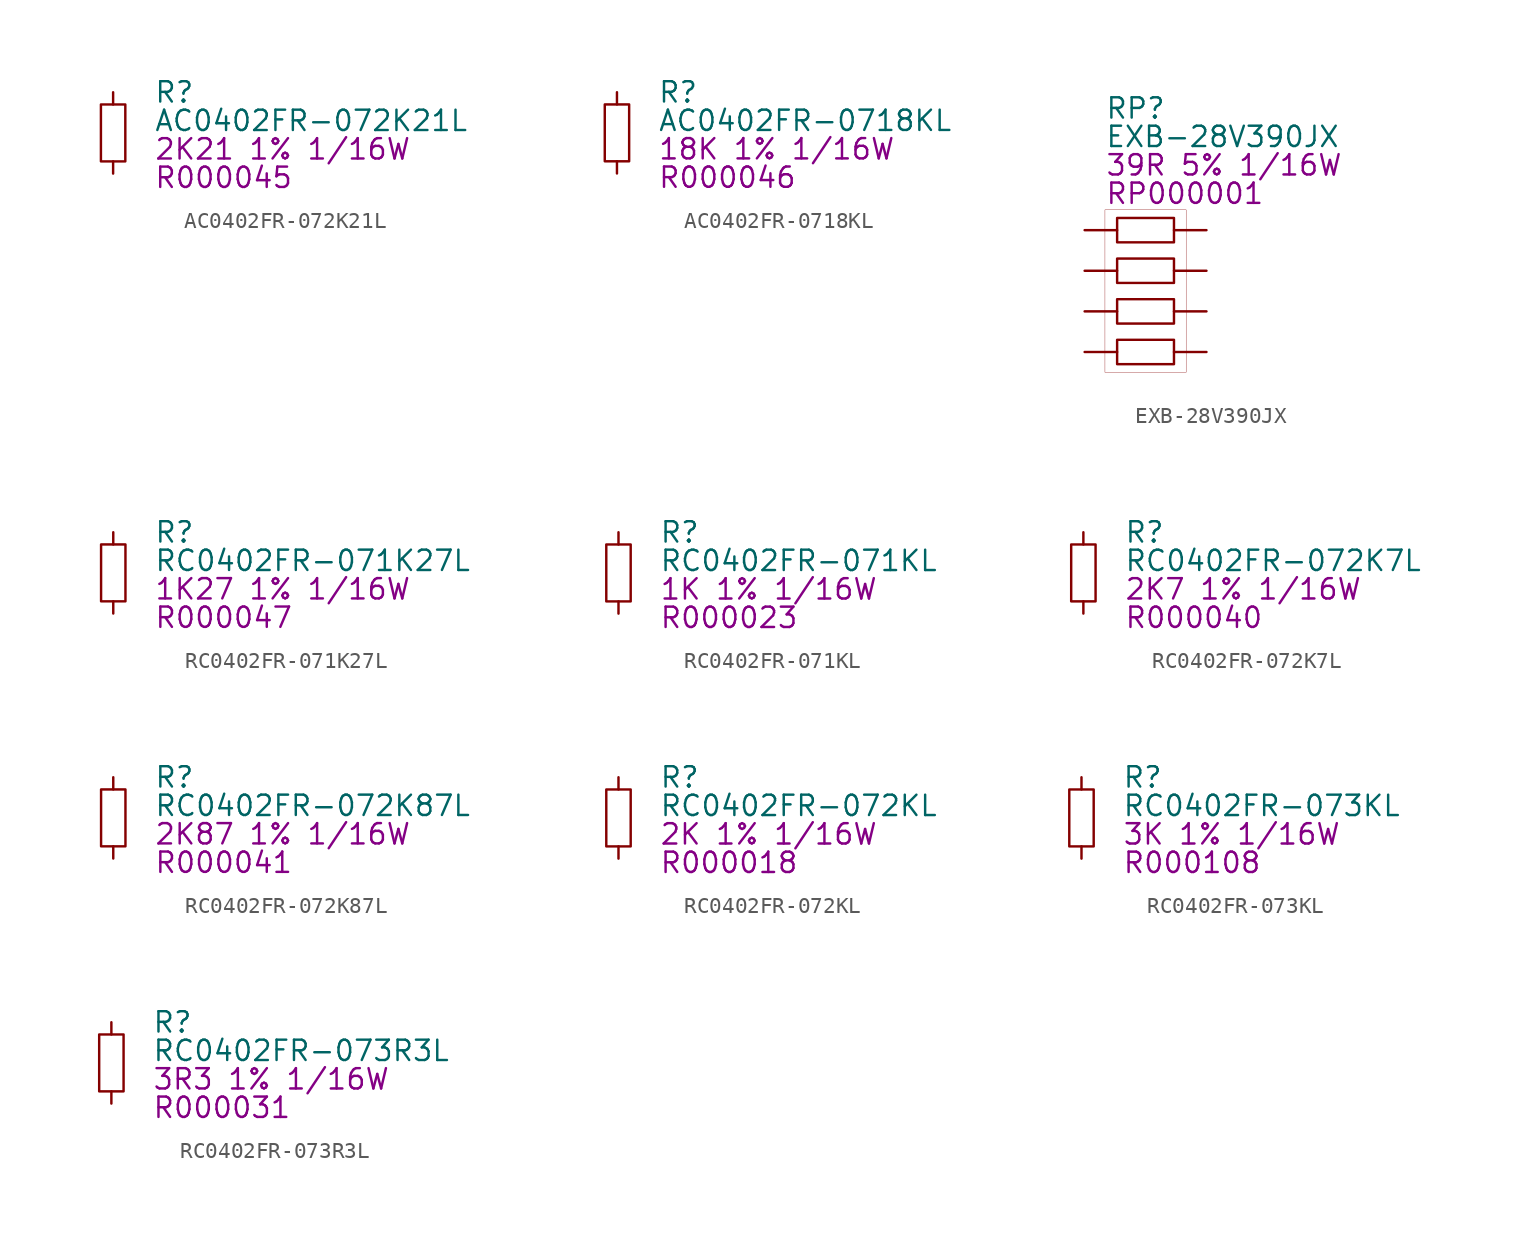
<source format=kicad_sym>
(kicad_symbol_lib
  (version 20201005)
  (generator kicad_symbol_editor)
  (symbol "berndoj_resistor:AC0402FR-072K21L"
    (pin_numbers hide)
    (pin_names
      (offset 1.016) hide)
    (property "Reference" "R"
      (at 2.54 2.54 0)
      (effects (font (size 1.27 1.27)) (justify left)))
    (property "Value" "AC0402FR-072K21L"
      (at 2.54 0.762 0)
      (effects (font (size 1.27 1.27)) (justify left)))
    (property "IPN" "R000045"
      (at 2.54 -2.794 0)
      (effects (font (size 1.27 1.27)) (justify left)))
    (property "Parameters" "2K21 1% 1/16W"
      (at 2.54 -1.016 0)
      (effects (font (size 1.27 1.27)) (justify left)))
    (symbol "AC0402FR-072K21L_0_0"
      (pin passive line (at 0 -2.54 90) (length 0.762) (name "1" (effects (font (size 1.27 1.27)))) (number "1" (effects (font (size 1.27 1.27)))))
      (pin passive line (at 0 2.54 270) (length 0.762) (name "2" (effects (font (size 1.27 1.27)))) (number "2" (effects (font (size 1.27 1.27))))))
    (symbol "AC0402FR-072K21L_0_1"
      (rectangle (start -0.762 -1.778) (end 0.762 1.778) (stroke (width 0)) (fill (type none)))))
  (symbol "berndoj_resistor:AC0402FR-0718KL"
    (pin_numbers hide)
    (pin_names
      (offset 1.016) hide)
    (property "Reference" "R"
      (at 2.54 2.54 0)
      (effects (font (size 1.27 1.27)) (justify left)))
    (property "Value" "AC0402FR-0718KL"
      (at 2.54 0.762 0)
      (effects (font (size 1.27 1.27)) (justify left)))
    (property "IPN" "R000046"
      (at 2.54 -2.794 0)
      (effects (font (size 1.27 1.27)) (justify left)))
    (property "Parameters" "18K 1% 1/16W"
      (at 2.54 -1.016 0)
      (effects (font (size 1.27 1.27)) (justify left)))
    (symbol "AC0402FR-0718KL_0_0"
      (pin passive line (at 0 -2.54 90) (length 0.762) (name "1" (effects (font (size 1.27 1.27)))) (number "1" (effects (font (size 1.27 1.27)))))
      (pin passive line (at 0 2.54 270) (length 0.762) (name "2" (effects (font (size 1.27 1.27)))) (number "2" (effects (font (size 1.27 1.27))))))
    (symbol "AC0402FR-0718KL_0_1"
      (rectangle (start -0.762 -1.778) (end 0.762 1.778) (stroke (width 0)) (fill (type none)))))
  (symbol "berndoj_resistor:EXB-28V390JX"
    (pin_numbers hide)
    (pin_names
      (offset 1.016) hide)
    (property "Reference" "RP"
      (at -2.54 11.43 0)
      (effects (font (size 1.27 1.27)) (justify left)))
    (property "Value" "EXB-28V390JX"
      (at -2.54 9.652 0)
      (effects (font (size 1.27 1.27)) (justify left)))
    (property "IPN" "RP000001"
      (at -2.54 6.096 0)
      (effects (font (size 1.27 1.27)) (justify left)))
    (property "Parameters" "39R 5% 1/16W"
      (at -2.54 7.874 0)
      (effects (font (size 1.27 1.27)) (justify left)))
    (symbol "EXB-28V390JX_0_0"
      (pin passive line (at 3.81 1.27 180) (length 2.032) (name "7" (effects (font (size 1.27 1.27)))) (number "7" (effects (font (size 1.27 1.27)))))
      (pin passive line (at -3.81 1.27 0) (length 2.032) (name "2" (effects (font (size 1.27 1.27)))) (number "2" (effects (font (size 1.27 1.27)))))
      (pin passive line (at 3.81 3.81 180) (length 2.032) (name "8" (effects (font (size 1.27 1.27)))) (number "8" (effects (font (size 1.27 1.27)))))
      (pin passive line (at -3.81 3.81 0) (length 2.032) (name "1" (effects (font (size 1.27 1.27)))) (number "1" (effects (font (size 1.27 1.27)))))
      (pin passive line (at 3.81 -1.27 180) (length 2.032) (name "6" (effects (font (size 1.27 1.27)))) (number "6" (effects (font (size 1.27 1.27)))))
      (pin passive line (at -3.81 -1.27 0) (length 2.032) (name "3" (effects (font (size 1.27 1.27)))) (number "3" (effects (font (size 1.27 1.27)))))
      (pin passive line (at 3.81 -3.81 180) (length 2.032) (name "5" (effects (font (size 1.27 1.27)))) (number "5" (effects (font (size 1.27 1.27)))))
      (pin passive line (at -3.81 -3.81 0) (length 2.032) (name "4" (effects (font (size 1.27 1.27)))) (number "4" (effects (font (size 1.27 1.27))))))
    (symbol "EXB-28V390JX_0_1"
      (rectangle (start 1.778 0.508) (end -1.778 2.032) (stroke (width 0)) (fill (type none)))
      (rectangle (start 1.778 3.048) (end -1.778 4.572) (stroke (width 0)) (fill (type none)))
      (rectangle (start 1.778 -2.032) (end -1.778 -0.508) (stroke (width 0)) (fill (type none)))
      (rectangle (start 1.778 -4.572) (end -1.778 -3.048) (stroke (width 0)) (fill (type none)))
      (rectangle (start -2.54 5.08) (end 2.54 -5.08) (stroke (width 0.001)) (fill (type none)))))
  (symbol "berndoj_resistor:RC0402FR-071K27L"
    (pin_numbers hide)
    (pin_names
      (offset 1.016) hide)
    (property "Reference" "R"
      (at 2.54 2.54 0)
      (effects (font (size 1.27 1.27)) (justify left)))
    (property "Value" "RC0402FR-071K27L"
      (at 2.54 0.762 0)
      (effects (font (size 1.27 1.27)) (justify left)))
    (property "IPN" "R000047"
      (at 2.54 -2.794 0)
      (effects (font (size 1.27 1.27)) (justify left)))
    (property "Parameters" "1K27 1% 1/16W"
      (at 2.54 -1.016 0)
      (effects (font (size 1.27 1.27)) (justify left)))
    (symbol "RC0402FR-071K27L_0_0"
      (pin passive line (at 0 -2.54 90) (length 0.762) (name "1" (effects (font (size 1.27 1.27)))) (number "1" (effects (font (size 1.27 1.27)))))
      (pin passive line (at 0 2.54 270) (length 0.762) (name "2" (effects (font (size 1.27 1.27)))) (number "2" (effects (font (size 1.27 1.27))))))
    (symbol "RC0402FR-071K27L_0_1"
      (rectangle (start -0.762 -1.778) (end 0.762 1.778) (stroke (width 0)) (fill (type none)))))
  (symbol "berndoj_resistor:RC0402FR-071KL"
    (pin_numbers hide)
    (pin_names
      (offset 1.016) hide)
    (property "Reference" "R"
      (at 2.54 2.54 0)
      (effects (font (size 1.27 1.27)) (justify left)))
    (property "Value" "RC0402FR-071KL"
      (at 2.54 0.762 0)
      (effects (font (size 1.27 1.27)) (justify left)))
    (property "IPN" "R000023"
      (at 2.54 -2.794 0)
      (effects (font (size 1.27 1.27)) (justify left)))
    (property "Parameters" "1K 1% 1/16W"
      (at 2.54 -1.016 0)
      (effects (font (size 1.27 1.27)) (justify left)))
    (symbol "RC0402FR-071KL_0_0"
      (pin passive line (at 0 -2.54 90) (length 0.762) (name "1" (effects (font (size 1.27 1.27)))) (number "1" (effects (font (size 1.27 1.27)))))
      (pin passive line (at 0 2.54 270) (length 0.762) (name "2" (effects (font (size 1.27 1.27)))) (number "2" (effects (font (size 1.27 1.27))))))
    (symbol "RC0402FR-071KL_0_1"
      (rectangle (start -0.762 -1.778) (end 0.762 1.778) (stroke (width 0)) (fill (type none)))))
  (symbol "berndoj_resistor:RC0402FR-072K7L"
    (pin_numbers hide)
    (pin_names
      (offset 1.016) hide)
    (property "Reference" "R"
      (at 2.54 2.54 0)
      (effects (font (size 1.27 1.27)) (justify left)))
    (property "Value" "RC0402FR-072K7L"
      (at 2.54 0.762 0)
      (effects (font (size 1.27 1.27)) (justify left)))
    (property "IPN" "R000040"
      (at 2.54 -2.794 0)
      (effects (font (size 1.27 1.27)) (justify left)))
    (property "Parameters" "2K7 1% 1/16W"
      (at 2.54 -1.016 0)
      (effects (font (size 1.27 1.27)) (justify left)))
    (symbol "RC0402FR-072K7L_0_0"
      (pin passive line (at 0 -2.54 90) (length 0.762) (name "1" (effects (font (size 1.27 1.27)))) (number "1" (effects (font (size 1.27 1.27)))))
      (pin passive line (at 0 2.54 270) (length 0.762) (name "2" (effects (font (size 1.27 1.27)))) (number "2" (effects (font (size 1.27 1.27))))))
    (symbol "RC0402FR-072K7L_0_1"
      (rectangle (start -0.762 -1.778) (end 0.762 1.778) (stroke (width 0)) (fill (type none)))))
  (symbol "berndoj_resistor:RC0402FR-072K87L"
    (pin_numbers hide)
    (pin_names
      (offset 1.016) hide)
    (property "Reference" "R"
      (at 2.54 2.54 0)
      (effects (font (size 1.27 1.27)) (justify left)))
    (property "Value" "RC0402FR-072K87L"
      (at 2.54 0.762 0)
      (effects (font (size 1.27 1.27)) (justify left)))
    (property "IPN" "R000041"
      (at 2.54 -2.794 0)
      (effects (font (size 1.27 1.27)) (justify left)))
    (property "Parameters" "2K87 1% 1/16W"
      (at 2.54 -1.016 0)
      (effects (font (size 1.27 1.27)) (justify left)))
    (symbol "RC0402FR-072K87L_0_0"
      (pin passive line (at 0 -2.54 90) (length 0.762) (name "1" (effects (font (size 1.27 1.27)))) (number "1" (effects (font (size 1.27 1.27)))))
      (pin passive line (at 0 2.54 270) (length 0.762) (name "2" (effects (font (size 1.27 1.27)))) (number "2" (effects (font (size 1.27 1.27))))))
    (symbol "RC0402FR-072K87L_0_1"
      (rectangle (start -0.762 -1.778) (end 0.762 1.778) (stroke (width 0)) (fill (type none)))))
  (symbol "berndoj_resistor:RC0402FR-072KL"
    (pin_numbers hide)
    (pin_names
      (offset 1.016) hide)
    (property "Reference" "R"
      (at 2.54 2.54 0)
      (effects (font (size 1.27 1.27)) (justify left)))
    (property "Value" "RC0402FR-072KL"
      (at 2.54 0.762 0)
      (effects (font (size 1.27 1.27)) (justify left)))
    (property "IPN" "R000018"
      (at 2.54 -2.794 0)
      (effects (font (size 1.27 1.27)) (justify left)))
    (property "Parameters" "2K 1% 1/16W"
      (at 2.54 -1.016 0)
      (effects (font (size 1.27 1.27)) (justify left)))
    (symbol "RC0402FR-072KL_0_0"
      (pin passive line (at 0 -2.54 90) (length 0.762) (name "1" (effects (font (size 1.27 1.27)))) (number "1" (effects (font (size 1.27 1.27)))))
      (pin passive line (at 0 2.54 270) (length 0.762) (name "2" (effects (font (size 1.27 1.27)))) (number "2" (effects (font (size 1.27 1.27))))))
    (symbol "RC0402FR-072KL_0_1"
      (rectangle (start -0.762 -1.778) (end 0.762 1.778) (stroke (width 0)) (fill (type none)))))
  (symbol "berndoj_resistor:RC0402FR-073KL"
    (pin_numbers hide)
    (pin_names
      (offset 1.016) hide)
    (property "Reference" "R"
      (at 2.54 2.54 0)
      (effects (font (size 1.27 1.27)) (justify left)))
    (property "Value" "RC0402FR-073KL"
      (at 2.54 0.762 0)
      (effects (font (size 1.27 1.27)) (justify left)))
    (property "IPN" "R000108"
      (at 2.54 -2.794 0)
      (effects (font (size 1.27 1.27)) (justify left)))
    (property "Parameters" "3K 1% 1/16W"
      (at 2.54 -1.016 0)
      (effects (font (size 1.27 1.27)) (justify left)))
    (symbol "RC0402FR-073KL_0_0"
      (pin passive line (at 0 -2.54 90) (length 0.762) (name "1" (effects (font (size 1.27 1.27)))) (number "1" (effects (font (size 1.27 1.27)))))
      (pin passive line (at 0 2.54 270) (length 0.762) (name "2" (effects (font (size 1.27 1.27)))) (number "2" (effects (font (size 1.27 1.27))))))
    (symbol "RC0402FR-073KL_0_1"
      (rectangle (start -0.762 -1.778) (end 0.762 1.778) (stroke (width 0)) (fill (type none)))))
  (symbol "berndoj_resistor:RC0402FR-073R3L"
    (pin_numbers hide)
    (pin_names
      (offset 1.016) hide)
    (property "Reference" "R"
      (at 2.54 2.54 0)
      (effects (font (size 1.27 1.27)) (justify left)))
    (property "Value" "RC0402FR-073R3L"
      (at 2.54 0.762 0)
      (effects (font (size 1.27 1.27)) (justify left)))
    (property "IPN" "R000031"
      (at 2.54 -2.794 0)
      (effects (font (size 1.27 1.27)) (justify left)))
    (property "Parameters" "3R3 1% 1/16W"
      (at 2.54 -1.016 0)
      (effects (font (size 1.27 1.27)) (justify left)))
    (symbol "RC0402FR-073R3L_0_0"
      (pin passive line (at 0 -2.54 90) (length 0.762) (name "1" (effects (font (size 1.27 1.27)))) (number "1" (effects (font (size 1.27 1.27)))))
      (pin passive line (at 0 2.54 270) (length 0.762) (name "2" (effects (font (size 1.27 1.27)))) (number "2" (effects (font (size 1.27 1.27))))))
    (symbol "RC0402FR-073R3L_0_1"
      (rectangle (start -0.762 -1.778) (end 0.762 1.778) (stroke (width 0)) (fill (type none))))))
</source>
